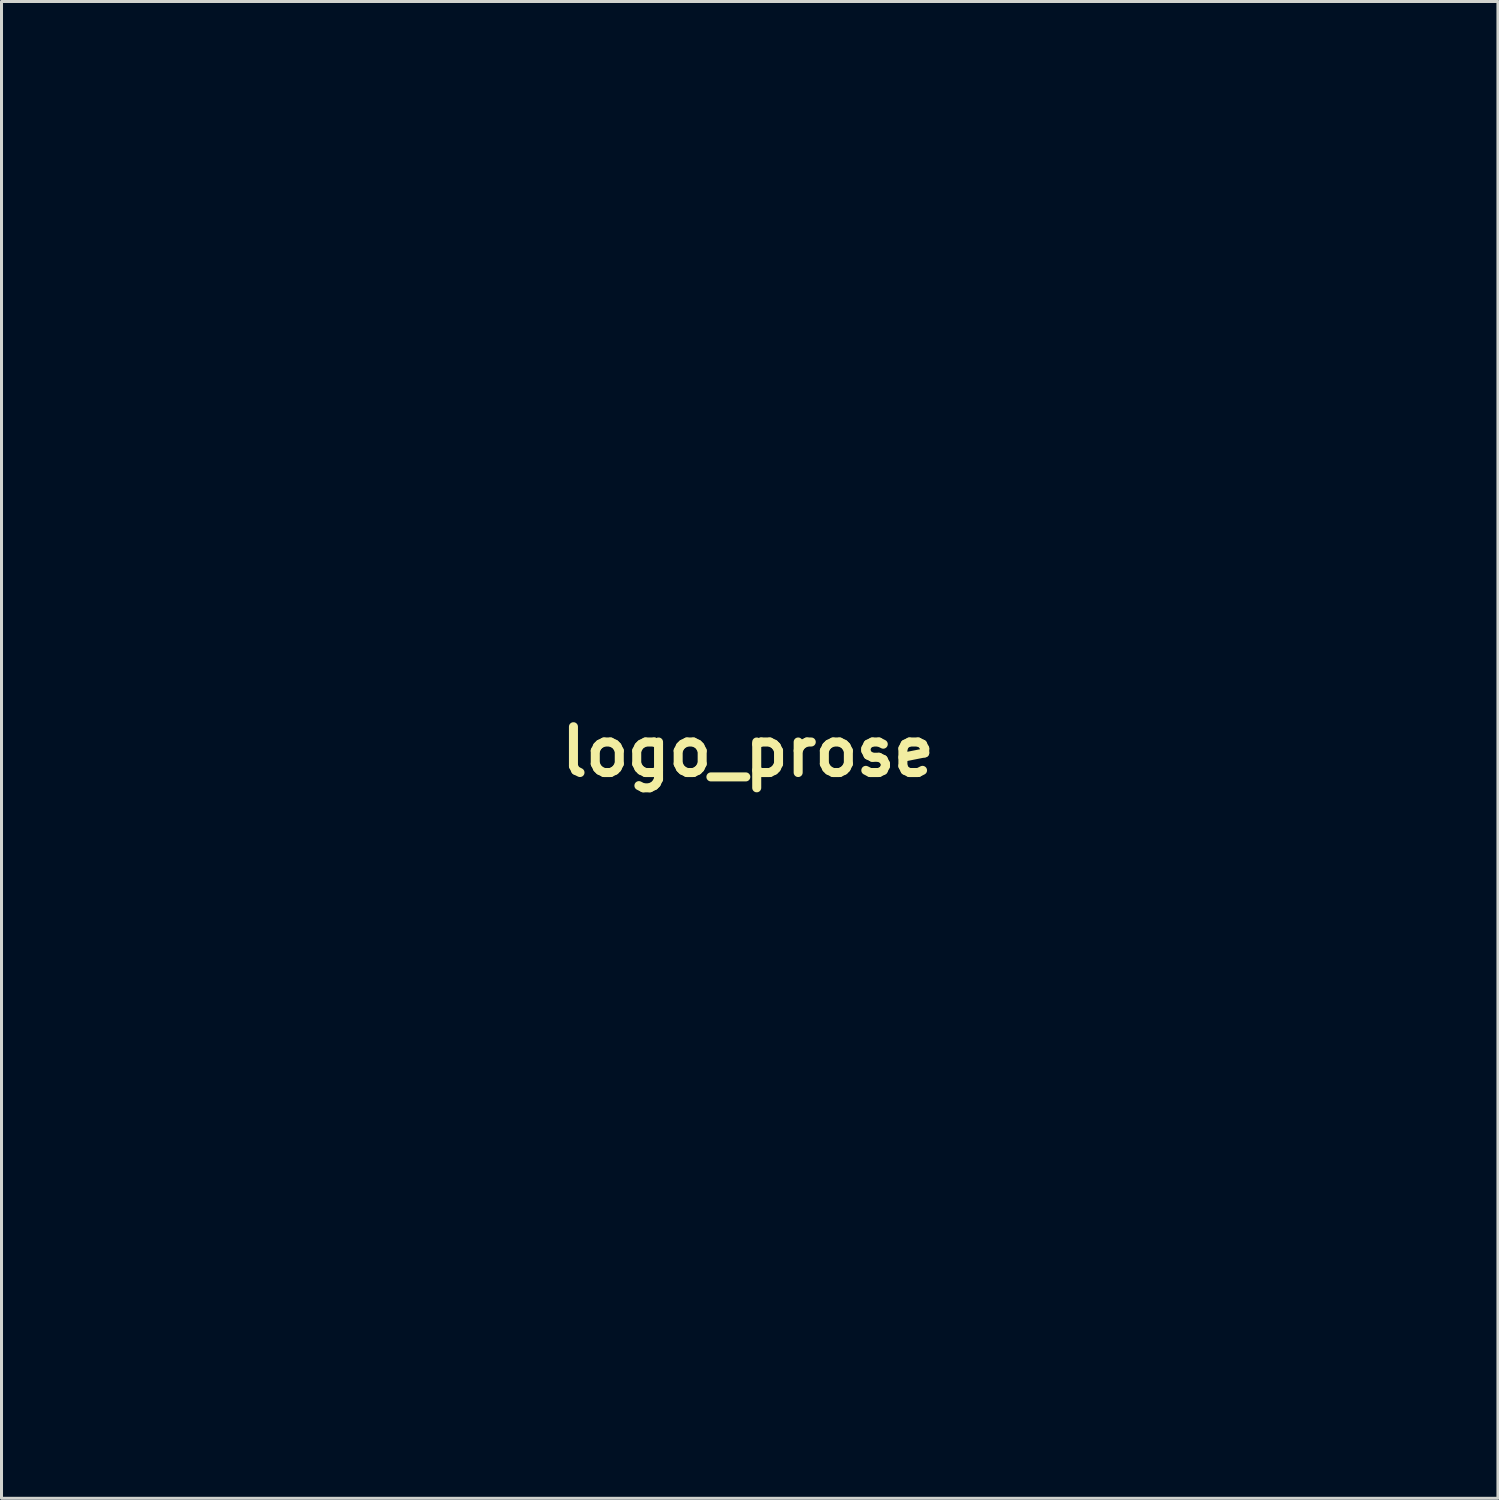
<source format=kicad_pcb>
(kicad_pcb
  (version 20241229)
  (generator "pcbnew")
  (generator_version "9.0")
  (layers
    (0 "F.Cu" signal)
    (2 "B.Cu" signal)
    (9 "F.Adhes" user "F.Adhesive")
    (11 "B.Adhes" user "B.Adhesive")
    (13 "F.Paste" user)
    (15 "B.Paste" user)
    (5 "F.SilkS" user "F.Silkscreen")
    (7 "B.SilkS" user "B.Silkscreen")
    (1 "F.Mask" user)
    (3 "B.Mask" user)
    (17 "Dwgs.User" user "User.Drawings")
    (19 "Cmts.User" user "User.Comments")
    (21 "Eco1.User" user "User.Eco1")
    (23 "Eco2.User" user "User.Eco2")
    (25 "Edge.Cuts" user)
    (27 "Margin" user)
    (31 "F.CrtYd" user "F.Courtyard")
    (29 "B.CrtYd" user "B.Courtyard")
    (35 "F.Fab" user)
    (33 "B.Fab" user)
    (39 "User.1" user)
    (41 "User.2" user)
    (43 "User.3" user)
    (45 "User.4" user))
  (footprint "logo_prose"
    (layer "F.Cu")
    (at 21.83 21.957)
    (property "Reference" "logo_prose" (at 0 0 0) (layer "F.SilkS") (effects (font (size 1.524 1.524) (thickness 0.3))))
    (attr through_hole)
    (fp_poly (pts (xy -2.893 -16.761) (xy -5.899 -11.571) (xy 8.032 -11.555) (xy 9.591 -11.553) (xy 11.03 -11.552) (xy 12.353 -11.55) (xy 13.565 -11.548) (xy 14.671 -11.546) (xy 15.675 -11.544) (xy 16.583 -11.542) (xy 17.399 -11.54) (xy 18.128 -11.537) (xy 18.776 -11.534) (xy 19.346 -11.531) (xy 19.843 -11.527) (xy 20.274 -11.523) (xy 20.641 -11.518) (xy 20.95 -11.513) (xy 21.207 -11.507) (xy 21.415 -11.501) (xy 21.579 -11.494) (xy 21.705 -11.486) (xy 21.797 -11.478) (xy 21.86 -11.469) (xy 21.899 -11.459) (xy 21.919 -11.448) (xy 21.924 -11.436) (xy 21.922 -11.43) (xy 21.885 -11.361) (xy 21.79 -11.191) (xy 21.641 -10.928) (xy 21.442 -10.579) (xy 21.198 -10.153) (xy 20.914 -9.656) (xy 20.593 -9.097) (xy 20.24 -8.484) (xy 19.859 -7.823) (xy 19.456 -7.123) (xy 19.034 -6.392) (xy 18.921 -6.196) (xy 15.961 -1.072) (xy -2.932 -1.069) (xy -4.463 -1.069) (xy -5.961 -1.069) (xy -7.422 -1.07) (xy -8.841 -1.071) (xy -10.212 -1.072) (xy -11.531 -1.073) (xy -12.793 -1.075) (xy -13.994 -1.077) (xy -15.128 -1.08) (xy -16.19 -1.082) (xy -17.176 -1.085) (xy -18.082 -1.088) (xy -18.901 -1.091) (xy -19.629 -1.094) (xy -20.262 -1.098) (xy -20.795 -1.102) (xy -21.222 -1.105) (xy -21.539 -1.109) (xy -21.741 -1.114) (xy -21.823 -1.118) (xy -21.825 -1.118) (xy -21.791 -1.175) (xy -21.689 -1.33) (xy -21.525 -1.58) (xy -21.3 -1.919) (xy -21.018 -2.342) (xy -20.683 -2.844) (xy -20.298 -3.42) (xy -19.866 -4.065) (xy -19.39 -4.775) (xy -18.874 -5.545) (xy -18.321 -6.368) (xy -17.735 -7.241) (xy -17.119 -8.159) (xy -16.475 -9.116) (xy -15.809 -10.107) (xy -15.121 -11.128) (xy -14.841 -11.545) (xy -7.857 -21.919) (xy -3.871 -21.935) (xy 0.114 -21.952) (xy -2.893 -16.761)) (stroke (width 0.01) (type solid)) (fill no) (layer "Eco2.User"))
    (fp_poly (pts (xy -5.108 0.943) (xy -3.299 0.944) (xy -2.939 0.944) (xy 15.961 0.946) (xy 18.94 6.099) (xy 19.368 6.839) (xy 19.777 7.548) (xy 20.164 8.22) (xy 20.525 8.847) (xy 20.854 9.421) (xy 21.148 9.934) (xy 21.403 10.379) (xy 21.613 10.748) (xy 21.775 11.034) (xy 21.884 11.228) (xy 21.936 11.324) (xy 21.94 11.333) (xy 21.923 11.342) (xy 21.865 11.351) (xy 21.761 11.359) (xy 21.608 11.366) (xy 21.4 11.373) (xy 21.134 11.38) (xy 20.805 11.386) (xy 20.409 11.391) (xy 19.941 11.396) (xy 19.398 11.4) (xy 18.775 11.404) (xy 18.067 11.408) (xy 17.27 11.412) (xy 16.381 11.415) (xy 15.394 11.418) (xy 14.305 11.42) (xy 13.11 11.423) (xy 11.805 11.425) (xy 10.386 11.427) (xy 8.847 11.429) (xy 8.03 11.43) (xy -5.899 11.446) (xy -2.892 16.635) (xy 0.115 21.825) (xy -7.831 21.825) (xy -7.951 21.653) (xy -8.038 21.526) (xy -8.188 21.305) (xy -8.397 20.997) (xy -8.66 20.607) (xy -8.974 20.142) (xy -9.335 19.607) (xy -9.738 19.009) (xy -10.18 18.353) (xy -10.656 17.646) (xy -11.162 16.894) (xy -11.695 16.102) (xy -12.249 15.278) (xy -12.822 14.426) (xy -13.408 13.554) (xy -14.005 12.666) (xy -14.607 11.77) (xy -15.211 10.871) (xy -15.813 9.976) (xy -16.408 9.089) (xy -16.993 8.219) (xy -17.563 7.369) (xy -18.115 6.547) (xy -18.643 5.759) (xy -19.146 5.011) (xy -19.617 4.308) (xy -20.053 3.657) (xy -20.45 3.065) (xy -20.804 2.536) (xy -21.111 2.077) (xy -21.367 1.694) (xy -21.568 1.393) (xy -21.709 1.181) (xy -21.786 1.063) (xy -21.801 1.04) (xy -21.797 1.03) (xy -21.774 1.021) (xy -21.73 1.013) (xy -21.658 1.005) (xy -21.557 0.998) (xy -21.42 0.991) (xy -21.245 0.985) (xy -21.027 0.98) (xy -20.761 0.974) (xy -20.445 0.97) (xy -20.074 0.966) (xy -19.643 0.962) (xy -19.15 0.959) (xy -18.588 0.956) (xy -17.956 0.953) (xy -17.247 0.951) (xy -16.459 0.949) (xy -15.588 0.948) (xy -14.628 0.946) (xy -13.577 0.945) (xy -12.429 0.944) (xy -11.182 0.944) (xy -9.83 0.943) (xy -8.37 0.943) (xy -6.797 0.943) (xy -5.108 0.943)) (stroke (width 0.01) (type solid)) (fill no) (layer "Eco2.User")))
  (gr_rect
    (start -3 -3)
    (end 46.775 46.787)
    (stroke (width 0.1) (type default))
    (fill no)
    (layer "Edge.Cuts")))
</source>
